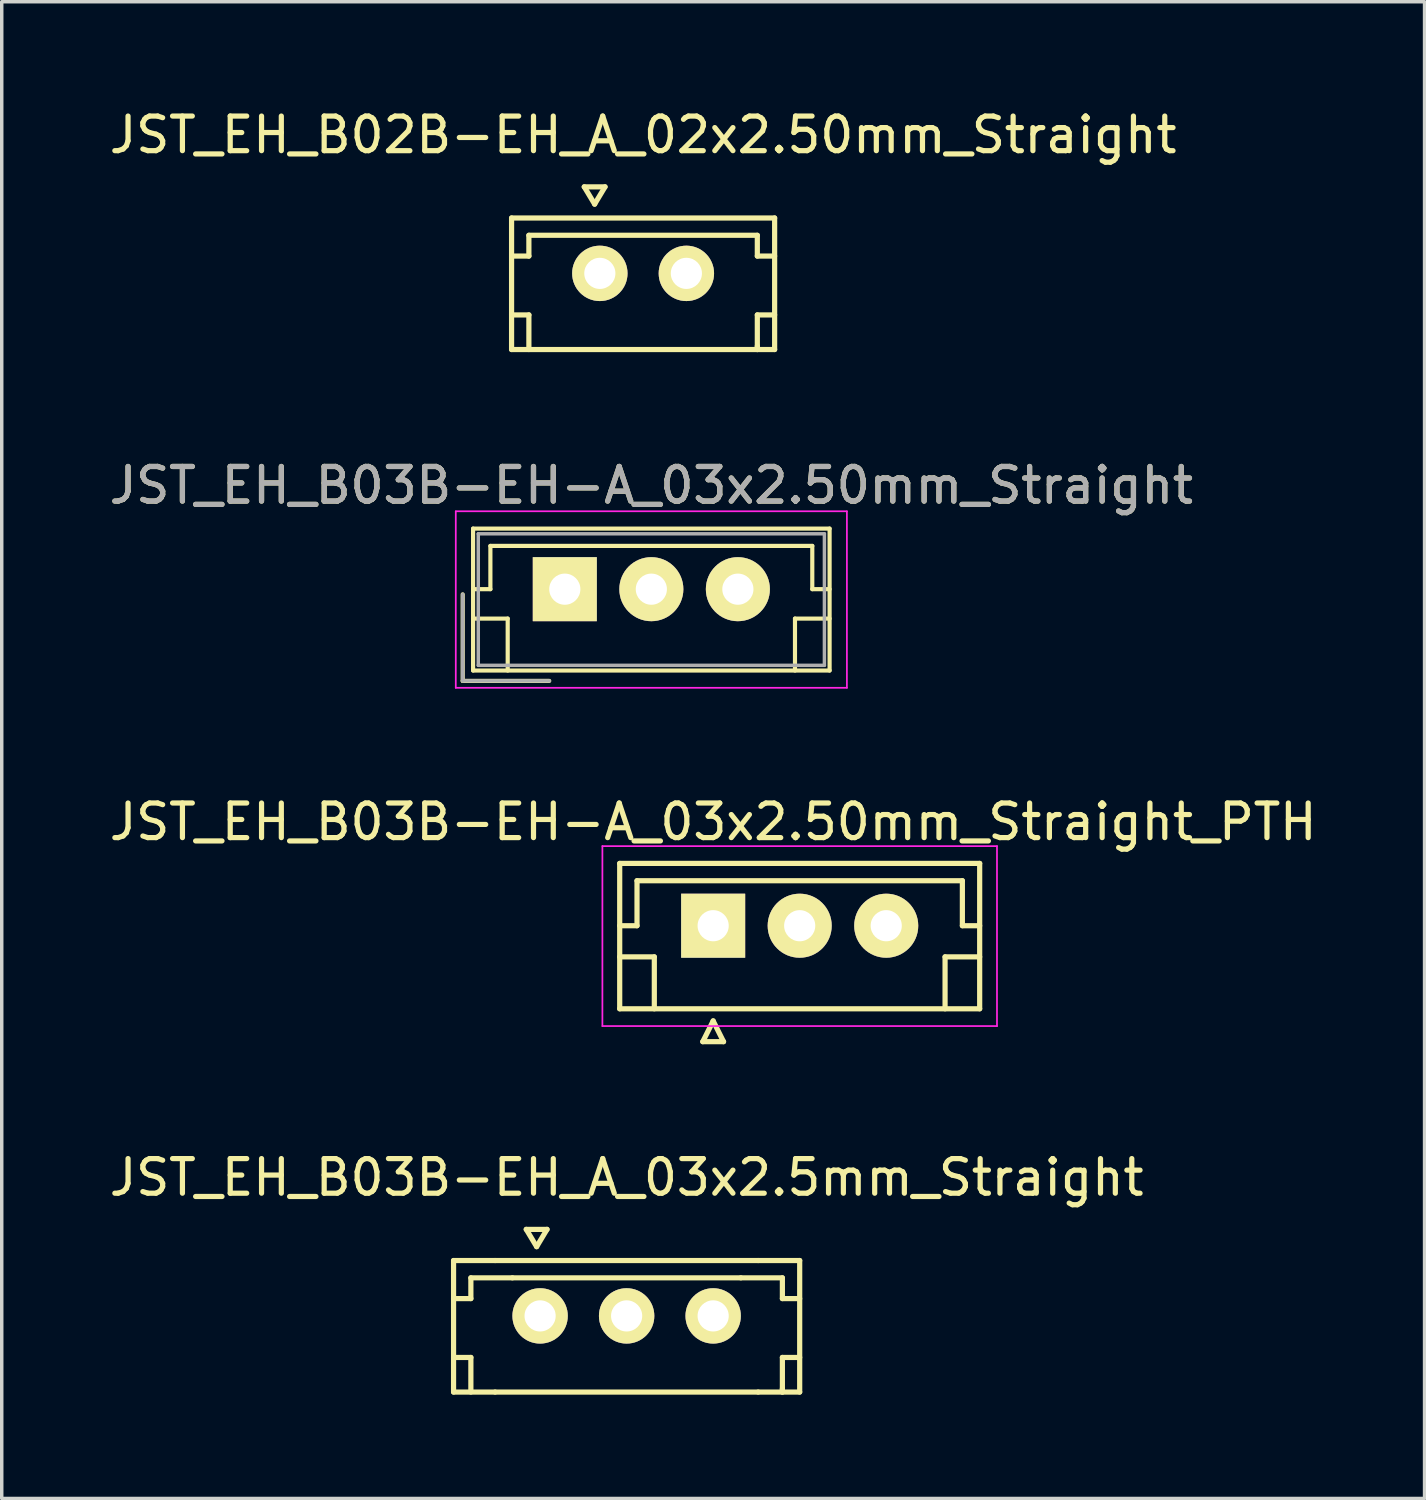
<source format=kicad_pcb>
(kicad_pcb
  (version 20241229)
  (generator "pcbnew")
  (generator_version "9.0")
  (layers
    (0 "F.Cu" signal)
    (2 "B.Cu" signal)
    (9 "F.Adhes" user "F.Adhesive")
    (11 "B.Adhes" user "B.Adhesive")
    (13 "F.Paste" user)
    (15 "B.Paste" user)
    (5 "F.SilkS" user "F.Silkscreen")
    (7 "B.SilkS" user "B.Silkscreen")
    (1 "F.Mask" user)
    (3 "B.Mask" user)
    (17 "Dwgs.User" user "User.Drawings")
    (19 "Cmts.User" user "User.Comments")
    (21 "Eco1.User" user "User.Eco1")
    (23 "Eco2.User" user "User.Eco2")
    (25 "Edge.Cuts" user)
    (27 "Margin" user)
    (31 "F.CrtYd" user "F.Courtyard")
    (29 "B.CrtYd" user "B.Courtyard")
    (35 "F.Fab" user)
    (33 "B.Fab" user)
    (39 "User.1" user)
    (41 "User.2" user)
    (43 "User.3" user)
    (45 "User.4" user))
  (footprint "JST_EH_B02B-EH_A_02x2.50mm_Straight"
    (layer "F.Cu")
    (at 15.53 4.848)
    (property "Reference" "JST_EH_B02B-EH_A_02x2.50mm_Straight" (at 0 -4 0) (layer "F.SilkS") (effects (font (size 1 1) (thickness 0.15))))
    (attr through_hole)
    (fp_line (start -3.8 -1.6) (end -3.8 2.2) (stroke (width 0.15) (type solid)) (layer "F.SilkS"))
    (fp_line (start -3.8 -1.6) (end 3.8 -1.6) (stroke (width 0.15) (type solid)) (layer "F.SilkS"))
    (fp_line (start -3.3 -1.1) (end -3.3 -0.5) (stroke (width 0.15) (type solid)) (layer "F.SilkS"))
    (fp_line (start -3.3 -0.5) (end -3.8 -0.5) (stroke (width 0.15) (type solid)) (layer "F.SilkS"))
    (fp_line (start -3.3 1.2) (end -3.8 1.2) (stroke (width 0.15) (type solid)) (layer "F.SilkS"))
    (fp_line (start -3.3 1.2) (end -3.3 2.2) (stroke (width 0.15) (type solid)) (layer "F.SilkS"))
    (fp_line (start -1.7 -2.5) (end -1.4 -2) (stroke (width 0.15) (type solid)) (layer "F.SilkS"))
    (fp_line (start -1.4 -2) (end -1.1 -2.5) (stroke (width 0.15) (type solid)) (layer "F.SilkS"))
    (fp_line (start -1.1 -2.5) (end -1.7 -2.5) (stroke (width 0.15) (type solid)) (layer "F.SilkS"))
    (fp_line (start 3.3 -1.1) (end -3.3 -1.1) (stroke (width 0.15) (type solid)) (layer "F.SilkS"))
    (fp_line (start 3.3 -1.1) (end 3.3 -0.5) (stroke (width 0.15) (type solid)) (layer "F.SilkS"))
    (fp_line (start 3.3 1.2) (end 3.3 2.2) (stroke (width 0.15) (type solid)) (layer "F.SilkS"))
    (fp_line (start 3.3 1.2) (end 3.8 1.2) (stroke (width 0.15) (type solid)) (layer "F.SilkS"))
    (fp_line (start 3.3 2.2) (end 3.3 2.1) (stroke (width 0.15) (type solid)) (layer "F.SilkS"))
    (fp_line (start 3.8 -1.6) (end 3.8 2.2) (stroke (width 0.15) (type solid)) (layer "F.SilkS"))
    (fp_line (start 3.8 -0.5) (end 3.3 -0.5) (stroke (width 0.15) (type solid)) (layer "F.SilkS"))
    (fp_line (start 3.8 2.2) (end -3.8 2.2) (stroke (width 0.15) (type solid)) (layer "F.SilkS"))
    (pad "1" thru_hole circle (at -1.25 0) (size 1.6 1.6) (drill 0.9) (layers "*.Cu" "*.Mask" "F.SilkS"))
    (pad "2" thru_hole circle (at 1.25 0) (size 1.6 1.6) (drill 0.9) (layers "*.Cu" "*.Mask" "F.SilkS")))
  (footprint "JST_EH_B03B-EH_A_03x2.5mm_Straight"
    (layer "F.Cu")
    (at 15.054 34.968)
    (property "Reference" "JST_EH_B03B-EH_A_03x2.5mm_Straight" (at 0 -4 0) (layer "F.SilkS") (effects (font (size 1 1) (thickness 0.15))))
    (attr through_hole)
    (fp_line (start -5 -1.6) (end -5 2.2) (stroke (width 0.15) (type solid)) (layer "F.SilkS"))
    (fp_line (start -5 -1.6) (end -3.8 -1.6) (stroke (width 0.15) (type solid)) (layer "F.SilkS"))
    (fp_line (start -5 2.2) (end -3.8 2.2) (stroke (width 0.15) (type solid)) (layer "F.SilkS"))
    (fp_line (start -4.5 -1.1) (end -4.5 -0.5) (stroke (width 0.15) (type solid)) (layer "F.SilkS"))
    (fp_line (start -4.5 -0.5) (end -5 -0.5) (stroke (width 0.15) (type solid)) (layer "F.SilkS"))
    (fp_line (start -4.5 1.2) (end -5 1.2) (stroke (width 0.15) (type solid)) (layer "F.SilkS"))
    (fp_line (start -4.5 1.2) (end -4.5 2.2) (stroke (width 0.15) (type solid)) (layer "F.SilkS"))
    (fp_line (start -3.8 -1.6) (end 3.8 -1.6) (stroke (width 0.15) (type solid)) (layer "F.SilkS"))
    (fp_line (start -3.3 -1.1) (end -4.5 -1.1) (stroke (width 0.15) (type solid)) (layer "F.SilkS"))
    (fp_line (start -2.9 -2.5) (end -2.6 -2) (stroke (width 0.15) (type solid)) (layer "F.SilkS"))
    (fp_line (start -2.6 -2) (end -2.3 -2.5) (stroke (width 0.15) (type solid)) (layer "F.SilkS"))
    (fp_line (start -2.3 -2.5) (end -2.9 -2.5) (stroke (width 0.15) (type solid)) (layer "F.SilkS"))
    (fp_line (start 3.3 -1.1) (end -3.3 -1.1) (stroke (width 0.15) (type solid)) (layer "F.SilkS"))
    (fp_line (start 3.8 -1.6) (end 5 -1.6) (stroke (width 0.15) (type solid)) (layer "F.SilkS"))
    (fp_line (start 3.8 2.2) (end -3.8 2.2) (stroke (width 0.15) (type solid)) (layer "F.SilkS"))
    (fp_line (start 3.8 2.2) (end 5 2.2) (stroke (width 0.15) (type solid)) (layer "F.SilkS"))
    (fp_line (start 4.5 -1.1) (end 3.3 -1.1) (stroke (width 0.15) (type solid)) (layer "F.SilkS"))
    (fp_line (start 4.5 -1.1) (end 4.5 -0.5) (stroke (width 0.15) (type solid)) (layer "F.SilkS"))
    (fp_line (start 4.5 1.2) (end 4.5 2.2) (stroke (width 0.15) (type solid)) (layer "F.SilkS"))
    (fp_line (start 4.5 1.2) (end 5 1.2) (stroke (width 0.15) (type solid)) (layer "F.SilkS"))
    (fp_line (start 4.5 2.2) (end 4.5 2.1) (stroke (width 0.15) (type solid)) (layer "F.SilkS"))
    (fp_line (start 5 -1.6) (end 5 2.2) (stroke (width 0.15) (type solid)) (layer "F.SilkS"))
    (fp_line (start 5 -0.5) (end 4.5 -0.5) (stroke (width 0.15) (type solid)) (layer "F.SilkS"))
    (pad "1" thru_hole circle (at -2.5 0) (size 1.6 1.6) (drill 0.9) (layers "*.Cu" "*.Mask" "F.SilkS"))
    (pad "2" thru_hole circle (at 0 0) (size 1.6 1.6) (drill 0.9) (layers "*.Cu" "*.Mask" "F.SilkS"))
    (pad "3" thru_hole circle (at 2.5 0) (size 1.6 1.6) (drill 0.9) (layers "*.Cu" "*.Mask" "F.SilkS")))
  (footprint "JST_EH_B03B-EH-A_03x2.50mm_Straight_PTH"
    (layer "F.Cu")
    (at 17.554 23.695)
    (property "Reference" "JST_EH_B03B-EH-A_03x2.50mm_Straight_PTH" (at 0 -3 0) (layer "F.SilkS") (effects (font (size 1 1) (thickness 0.15))))
    (attr through_hole)
    (fp_line (start -2.7 -1.8) (end -2.7 2.4) (stroke (width 0.15) (type solid)) (layer "F.SilkS"))
    (fp_line (start -2.7 0) (end -2.2 0) (stroke (width 0.15) (type solid)) (layer "F.SilkS"))
    (fp_line (start -2.7 0.9) (end -1.7 0.9) (stroke (width 0.15) (type solid)) (layer "F.SilkS"))
    (fp_line (start -2.7 2.4) (end 7.7 2.4) (stroke (width 0.15) (type solid)) (layer "F.SilkS"))
    (fp_line (start -2.2 -1.3) (end 7.2 -1.3) (stroke (width 0.15) (type solid)) (layer "F.SilkS"))
    (fp_line (start -2.2 0) (end -2.2 -1.3) (stroke (width 0.15) (type solid)) (layer "F.SilkS"))
    (fp_line (start -1.7 0.9) (end -1.7 2.4) (stroke (width 0.15) (type solid)) (layer "F.SilkS"))
    (fp_line (start -0.3 3.35) (end 0.3 3.35) (stroke (width 0.15) (type solid)) (layer "F.SilkS"))
    (fp_line (start 0 2.75) (end -0.3 3.35) (stroke (width 0.15) (type solid)) (layer "F.SilkS"))
    (fp_line (start 0.3 3.35) (end 0 2.75) (stroke (width 0.15) (type solid)) (layer "F.SilkS"))
    (fp_line (start 6.7 0.9) (end 6.7 2.4) (stroke (width 0.15) (type solid)) (layer "F.SilkS"))
    (fp_line (start 7.2 -1.3) (end 7.2 0) (stroke (width 0.15) (type solid)) (layer "F.SilkS"))
    (fp_line (start 7.2 0) (end 7.7 0) (stroke (width 0.15) (type solid)) (layer "F.SilkS"))
    (fp_line (start 7.7 -1.8) (end -2.7 -1.8) (stroke (width 0.15) (type solid)) (layer "F.SilkS"))
    (fp_line (start 7.7 0.9) (end 6.7 0.9) (stroke (width 0.15) (type solid)) (layer "F.SilkS"))
    (fp_line (start 7.7 2.4) (end 7.7 -1.8) (stroke (width 0.15) (type solid)) (layer "F.SilkS"))
    (fp_line (start -3.2 -2.3) (end -3.2 2.9) (stroke (width 0.05) (type solid)) (layer "F.CrtYd"))
    (fp_line (start -3.2 2.9) (end 8.2 2.9) (stroke (width 0.05) (type solid)) (layer "F.CrtYd"))
    (fp_line (start 8.2 -2.3) (end -3.2 -2.3) (stroke (width 0.05) (type solid)) (layer "F.CrtYd"))
    (fp_line (start 8.2 2.9) (end 8.2 -2.3) (stroke (width 0.05) (type solid)) (layer "F.CrtYd"))
    (pad "1" thru_hole rect (at 0 0) (size 1.85 1.85) (drill 0.9) (layers "*.Cu" "*.Mask" "F.SilkS"))
    (pad "2" thru_hole circle (at 2.5 0) (size 1.85 1.85) (drill 0.9) (layers "*.Cu" "*.Mask" "F.SilkS"))
    (pad "3" thru_hole circle (at 5 0) (size 1.85 1.85) (drill 0.9) (layers "*.Cu" "*.Mask" "F.SilkS")))
  (footprint "JST_EH_B03B-EH-A_03x2.50mm_Straight"
    (layer "F.Cu")
    (at 13.268 13.972)
    (property "Reference" "JST_EH_B03B-EH-A_03x2.50mm_Straight" (at 2.5 -3 0) (layer "F.SilkS") (effects (font (size 1 1) (thickness 0.15))))
    (attr through_hole)
    (fp_line (start -2.95 0.15) (end -2.95 2.65) (stroke (width 0.12) (type solid)) (layer "F.SilkS"))
    (fp_line (start -2.95 2.65) (end -0.45 2.65) (stroke (width 0.12) (type solid)) (layer "F.SilkS"))
    (fp_line (start -2.65 -1.75) (end -2.65 2.35) (stroke (width 0.12) (type solid)) (layer "F.SilkS"))
    (fp_line (start -2.65 0) (end -2.15 0) (stroke (width 0.12) (type solid)) (layer "F.SilkS"))
    (fp_line (start -2.65 0.85) (end -1.65 0.85) (stroke (width 0.12) (type solid)) (layer "F.SilkS"))
    (fp_line (start -2.65 2.35) (end 7.65 2.35) (stroke (width 0.12) (type solid)) (layer "F.SilkS"))
    (fp_line (start -2.15 -1.25) (end 7.15 -1.25) (stroke (width 0.12) (type solid)) (layer "F.SilkS"))
    (fp_line (start -2.15 0) (end -2.15 -1.25) (stroke (width 0.12) (type solid)) (layer "F.SilkS"))
    (fp_line (start -1.65 0.85) (end -1.65 2.35) (stroke (width 0.12) (type solid)) (layer "F.SilkS"))
    (fp_line (start 6.65 0.85) (end 6.65 2.35) (stroke (width 0.12) (type solid)) (layer "F.SilkS"))
    (fp_line (start 7.15 -1.25) (end 7.15 0) (stroke (width 0.12) (type solid)) (layer "F.SilkS"))
    (fp_line (start 7.15 0) (end 7.65 0) (stroke (width 0.12) (type solid)) (layer "F.SilkS"))
    (fp_line (start 7.65 -1.75) (end -2.65 -1.75) (stroke (width 0.12) (type solid)) (layer "F.SilkS"))
    (fp_line (start 7.65 0.85) (end 6.65 0.85) (stroke (width 0.12) (type solid)) (layer "F.SilkS"))
    (fp_line (start 7.65 2.35) (end 7.65 -1.75) (stroke (width 0.12) (type solid)) (layer "F.SilkS"))
    (fp_line (start -3.15 -2.25) (end -3.15 2.85) (stroke (width 0.05) (type solid)) (layer "F.CrtYd"))
    (fp_line (start -3.15 2.85) (end 8.15 2.85) (stroke (width 0.05) (type solid)) (layer "F.CrtYd"))
    (fp_line (start 8.15 -2.25) (end -3.15 -2.25) (stroke (width 0.05) (type solid)) (layer "F.CrtYd"))
    (fp_line (start 8.15 2.85) (end 8.15 -2.25) (stroke (width 0.05) (type solid)) (layer "F.CrtYd"))
    (fp_line (start -2.95 0.15) (end -2.95 2.65) (stroke (width 0.1) (type solid)) (layer "F.Fab"))
    (fp_line (start -2.95 2.65) (end -0.45 2.65) (stroke (width 0.1) (type solid)) (layer "F.Fab"))
    (fp_line (start -2.5 -1.6) (end -2.5 2.2) (stroke (width 0.1) (type solid)) (layer "F.Fab"))
    (fp_line (start -2.5 2.2) (end 7.5 2.2) (stroke (width 0.1) (type solid)) (layer "F.Fab"))
    (fp_line (start 7.5 -1.6) (end -2.5 -1.6) (stroke (width 0.1) (type solid)) (layer "F.Fab"))
    (fp_line (start 7.5 2.2) (end 7.5 -1.6) (stroke (width 0.1) (type solid)) (layer "F.Fab"))
    (fp_text user "${REFERENCE}" (at 2.5 -3 0) (layer "F.Fab") (effects (font (size 1 1) (thickness 0.15))))
    (pad "1" thru_hole rect (at 0 0) (size 1.85 1.85) (drill 0.9) (layers "*.Cu" "*.Mask" "F.SilkS"))
    (pad "2" thru_hole circle (at 2.5 0) (size 1.85 1.85) (drill 0.9) (layers "*.Cu" "*.Mask" "F.SilkS"))
    (pad "3" thru_hole circle (at 5 0) (size 1.85 1.85) (drill 0.9) (layers "*.Cu" "*.Mask" "F.SilkS")))
  (gr_rect
    (start -3 -3)
    (end 38.107 40.243)
    (stroke (width 0.1) (type default))
    (fill no)
    (layer "Edge.Cuts")))
</source>
